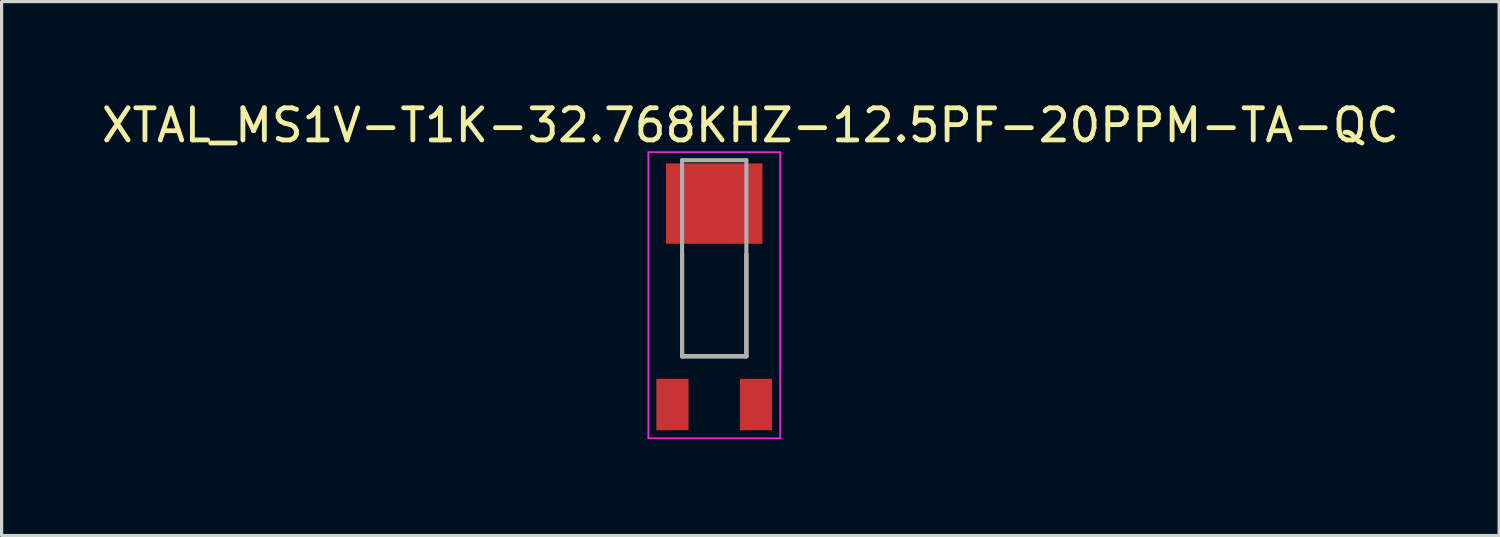
<source format=kicad_pcb>
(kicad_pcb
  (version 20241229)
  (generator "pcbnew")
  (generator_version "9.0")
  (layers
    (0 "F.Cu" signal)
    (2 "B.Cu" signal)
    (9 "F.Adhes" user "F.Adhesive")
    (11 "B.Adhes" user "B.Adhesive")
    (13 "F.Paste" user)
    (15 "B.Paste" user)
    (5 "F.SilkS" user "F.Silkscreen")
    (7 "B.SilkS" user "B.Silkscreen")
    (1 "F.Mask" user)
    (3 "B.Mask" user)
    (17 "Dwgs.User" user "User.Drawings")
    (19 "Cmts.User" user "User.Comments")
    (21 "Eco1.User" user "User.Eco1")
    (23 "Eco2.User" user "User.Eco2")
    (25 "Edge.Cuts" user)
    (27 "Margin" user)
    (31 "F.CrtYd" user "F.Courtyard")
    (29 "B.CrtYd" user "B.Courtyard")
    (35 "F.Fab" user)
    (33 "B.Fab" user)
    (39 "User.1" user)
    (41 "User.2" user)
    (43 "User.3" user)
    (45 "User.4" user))
  (footprint "XTAL_MS1V-T1K-32.768KHZ-12.5PF-20PPM-TA-QC"
    (layer "F.Cu")
    (at 19.167 5.983)
    (property "Reference" "XTAL_MS1V-T1K-32.768KHZ-12.5PF-20PPM-TA-QC" (at 1.125 -5.135 0) (layer "F.SilkS") (effects (font (size 1 1) (thickness 0.15))))
    (attr smd)
    (fp_line (start -1 -1.13) (end -1 2.05) (stroke (width 0.127) (type solid)) (layer "F.SilkS"))
    (fp_line (start -1 2.05) (end 1 2.05) (stroke (width 0.127) (type solid)) (layer "F.SilkS"))
    (fp_line (start 1 2.05) (end 1 -1.13) (stroke (width 0.127) (type solid)) (layer "F.SilkS"))
    (fp_line (start -2.05 -4.3) (end -2.05 4.6) (stroke (width 0.05) (type solid)) (layer "F.CrtYd"))
    (fp_line (start -2.05 4.6) (end 2.05 4.6) (stroke (width 0.05) (type solid)) (layer "F.CrtYd"))
    (fp_line (start 2.05 -4.3) (end -2.05 -4.3) (stroke (width 0.05) (type solid)) (layer "F.CrtYd"))
    (fp_line (start 2.05 4.6) (end 2.05 -4.3) (stroke (width 0.05) (type solid)) (layer "F.CrtYd"))
    (fp_line (start -1 -4.05) (end -1 2.05) (stroke (width 0.127) (type solid)) (layer "F.Fab"))
    (fp_line (start -1 2.05) (end 1 2.05) (stroke (width 0.127) (type solid)) (layer "F.Fab"))
    (fp_line (start 1 -4.05) (end -1 -4.05) (stroke (width 0.127) (type solid)) (layer "F.Fab"))
    (fp_line (start 1 2.05) (end 1 -4.05) (stroke (width 0.127) (type solid)) (layer "F.Fab"))
    (pad "1" smd rect (at -1.3 3.55) (size 1 1.6) (layers "F.Cu" "F.Mask" "F.Paste"))
    (pad "2" smd rect (at 1.3 3.55) (size 1 1.6) (layers "F.Cu" "F.Mask" "F.Paste"))
    (pad "S1" smd rect (at 0 -2.7) (size 3 2.5) (layers "F.Cu" "F.Mask" "F.Paste")))
  (gr_rect
    (start -3 -3)
    (end 43.583 13.608)
    (stroke (width 0.1) (type default))
    (fill no)
    (layer "Edge.Cuts")))
</source>
